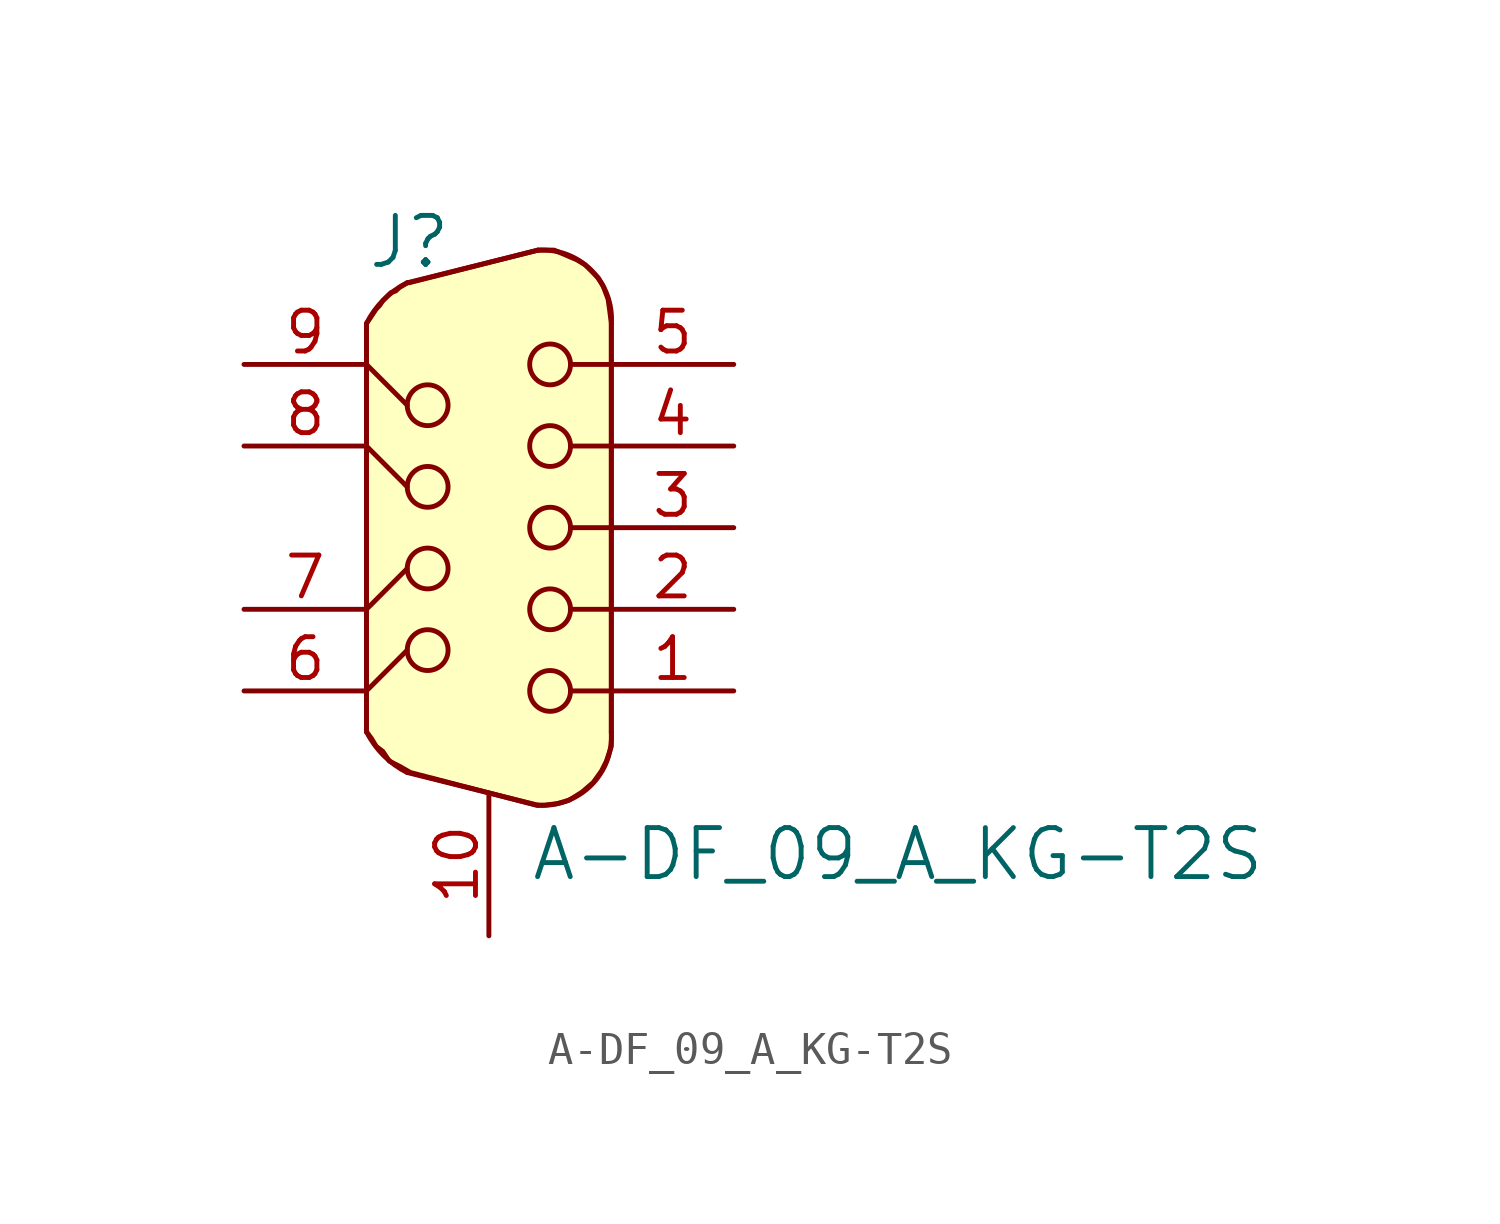
<source format=kicad_sym>
(kicad_symbol_lib
  (version 20220914)
  (generator kicad_symbol_editor)
  (symbol "A-DF_09_A_KG-T2S"
    (pin_names
      (offset 1.016))
    (property "Reference" "J"
      (at -3.81 8.89 0)
      (effects (font (size 1.524 1.524)) (justify left)))
    (property "Value" "A-DF_09_A_KG-T2S"
      (at 1.27 -10.16 0)
      (effects (font (size 1.524 1.524)) (justify left)))
    (symbol "A-DF_09_A_KG-T2S_0_1"
      (circle (center -1.905 -3.81) (radius 0.635) (stroke (width 0) (type default)) (fill (type none)))
      (circle (center -1.905 -1.27) (radius 0.635) (stroke (width 0) (type default)) (fill (type none)))
      (circle (center -1.905 1.27) (radius 0.635) (stroke (width 0) (type default)) (fill (type none)))
      (circle (center -1.905 3.81) (radius 0.635) (stroke (width 0) (type default)) (fill (type none)))
      (polyline (pts (xy -3.81 -5.08) (xy -2.54 -3.81)) (stroke (width 0) (type default)) (fill (type none)))
      (polyline (pts (xy -3.81 -2.54) (xy -2.54 -1.27)) (stroke (width 0) (type default)) (fill (type none)))
      (polyline (pts (xy -3.81 2.54) (xy -2.54 1.27)) (stroke (width 0) (type default)) (fill (type none)))
      (polyline (pts (xy -3.81 5.08) (xy -2.54 3.81)) (stroke (width 0) (type default)) (fill (type none)))
      (polyline (pts (xy 3.81 -5.08) (xy 2.54 -5.08)) (stroke (width 0) (type default)) (fill (type none)))
      (polyline (pts (xy 3.81 -2.54) (xy 2.54 -2.54)) (stroke (width 0) (type default)) (fill (type none)))
      (polyline (pts (xy 3.81 0) (xy 2.54 0)) (stroke (width 0) (type default)) (fill (type none)))
      (polyline (pts (xy 3.81 2.54) (xy 2.54 2.54)) (stroke (width 0) (type default)) (fill (type none)))
      (polyline (pts (xy 3.81 5.08) (xy 2.54 5.08)) (stroke (width 0) (type default)) (fill (type none)))
      (circle (center 1.905 -5.08) (radius 0.635) (stroke (width 0) (type default)) (fill (type none)))
      (circle (center 1.905 -2.54) (radius 0.635) (stroke (width 0) (type default)) (fill (type none)))
      (circle (center 1.905 0) (radius 0.635) (stroke (width 0) (type default)) (fill (type none)))
      (circle (center 1.905 2.54) (radius 0.635) (stroke (width 0) (type default)) (fill (type none)))
      (circle (center 1.905 5.08) (radius 0.635) (stroke (width 0) (type default)) (fill (type none))))
    (symbol "A-DF_09_A_KG-T2S_1_1"
      (arc (start -3.81 -6.35) (mid -3.278 -7.088) (end -2.54 -7.62) (stroke (width 0) (type default)) (fill (type none)))
      (arc (start -2.54 7.62) (mid -3.278 7.088) (end -3.81 6.35) (stroke (width 0) (type default)) (fill (type none)))
      (polyline (pts (xy -3.81 6.35) (xy -3.81 -6.35)) (stroke (width 0) (type default)) (fill (type background)))
      (polyline (pts (xy -2.54 7.62) (xy 1.524 8.636)) (stroke (width 0) (type default)) (fill (type background)))
      (polyline (pts (xy 1.524 -8.636) (xy -2.54 -7.62)) (stroke (width 0) (type default)) (fill (type background)))
      (polyline (pts (xy 3.81 6.35) (xy 3.81 -6.35)) (stroke (width 0) (type default)) (fill (type background)))
      (polyline (pts (xy -2.54 7.62) (xy -2.794 7.468) (xy -2.896 7.366) (xy -3.048 7.315) (xy -3.2 7.163) (xy -3.302 7.061) (xy -3.404 6.909) (xy -3.505 6.807) (xy -3.607 6.655) (xy -3.708 6.502) (xy -3.81 6.35) (xy -3.81 -6.35) (xy -3.658 -6.553) (xy -3.505 -6.807) (xy -3.302 -6.96) (xy -3.099 -7.264) (xy -2.794 -7.417) (xy -2.438 -7.62) (xy 1.473 -8.636) (xy 1.727 -8.636) (xy 2.134 -8.585) (xy 2.489 -8.484) (xy 2.896 -8.23) (xy 3.251 -7.925) (xy 3.505 -7.569) (xy 3.658 -7.264) (xy 3.81 -6.807) (xy 3.81 -6.35) (xy 3.81 6.35) (xy 3.759 6.756) (xy 3.708 7.112) (xy 3.556 7.518) (xy 3.404 7.772) (xy 3.2 7.976) (xy 2.997 8.179) (xy 2.743 8.331) (xy 2.388 8.484) (xy 2.032 8.636) (xy 1.778 8.636) (xy 1.524 8.636) (xy -2.489 7.62)) (stroke (width 0) (type default)) (fill (type background)))
      (arc (start 1.524 -8.636) (mid 3.1896 -8.0073) (end 3.81 -6.35) (stroke (width 0) (type default)) (fill (type none)))
      (arc (start 3.81 6.35) (mid 3.1813 8.0156) (end 1.524 8.636) (stroke (width 0) (type default)) (fill (type none)))
      (pin passive line (at 7.62 -5.08 180) (length 3.81) (name "~" (effects (font (size 1.27 1.27)))) (number "1" (effects (font (size 1.27 1.27)))))
      (pin passive line (at 0 -12.7 90) (length 4.445) (name "~" (effects (font (size 1.27 1.27)))) (number "10" (effects (font (size 1.27 1.27)))))
      (pin passive line (at 7.62 -2.54 180) (length 3.81) (name "~" (effects (font (size 1.27 1.27)))) (number "2" (effects (font (size 1.27 1.27)))))
      (pin passive line (at 7.62 0 180) (length 3.81) (name "~" (effects (font (size 1.27 1.27)))) (number "3" (effects (font (size 1.27 1.27)))))
      (pin passive line (at 7.62 2.54 180) (length 3.81) (name "~" (effects (font (size 1.27 1.27)))) (number "4" (effects (font (size 1.27 1.27)))))
      (pin passive line (at 7.62 5.08 180) (length 3.81) (name "~" (effects (font (size 1.27 1.27)))) (number "5" (effects (font (size 1.27 1.27)))))
      (pin passive line (at -7.62 -5.08 0) (length 3.81) (name "~" (effects (font (size 1.27 1.27)))) (number "6" (effects (font (size 1.27 1.27)))))
      (pin passive line (at -7.62 -2.54 0) (length 3.81) (name "~" (effects (font (size 1.27 1.27)))) (number "7" (effects (font (size 1.27 1.27)))))
      (pin passive line (at -7.62 2.54 0) (length 3.81) (name "~" (effects (font (size 1.27 1.27)))) (number "8" (effects (font (size 1.27 1.27)))))
      (pin passive line (at -7.62 5.08 0) (length 3.81) (name "~" (effects (font (size 1.27 1.27)))) (number "9" (effects (font (size 1.27 1.27))))))))
</source>
